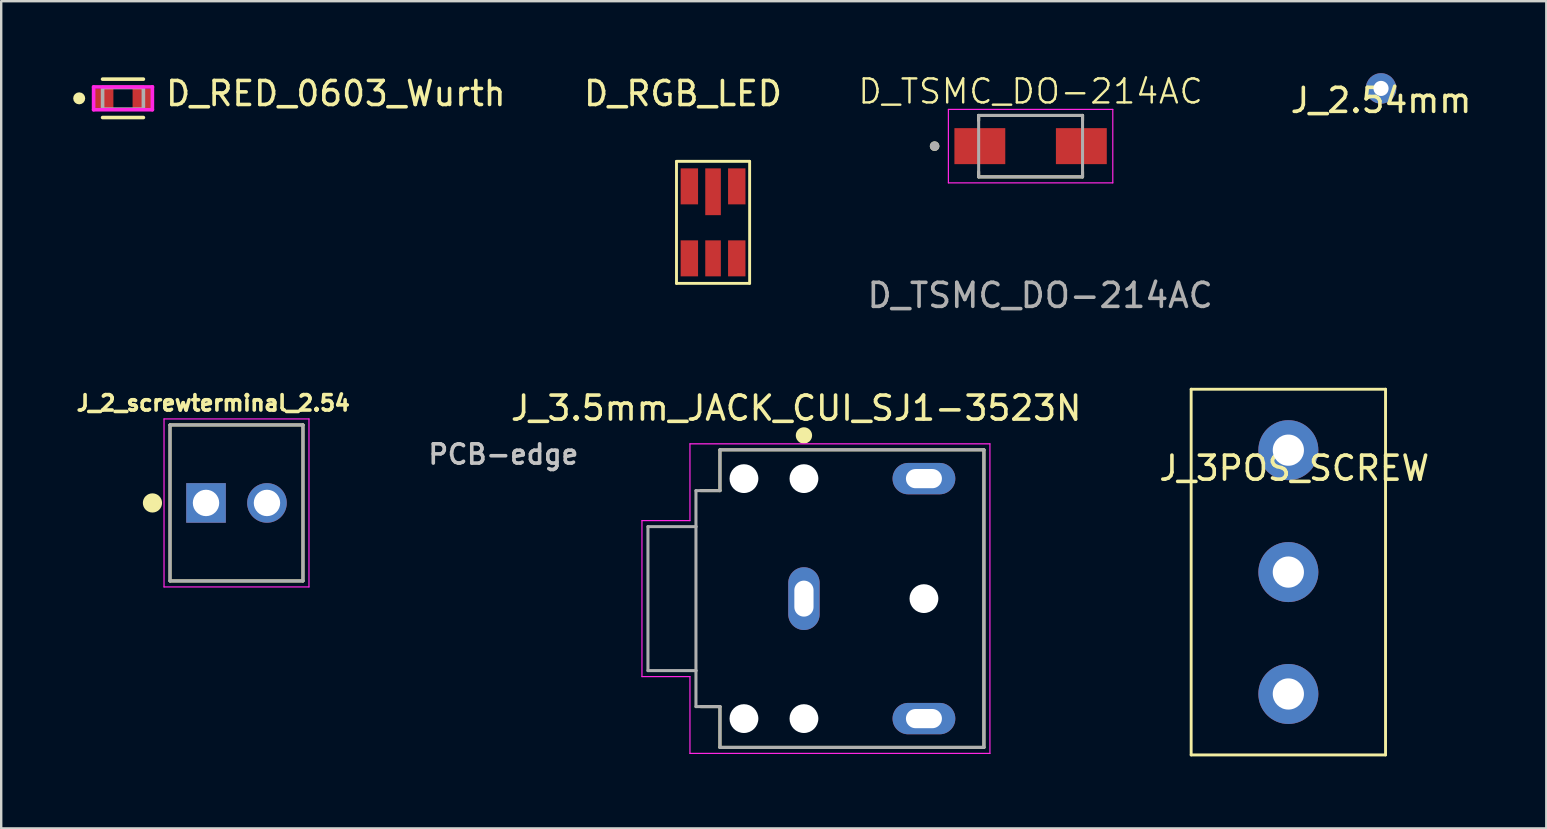
<source format=kicad_pcb>
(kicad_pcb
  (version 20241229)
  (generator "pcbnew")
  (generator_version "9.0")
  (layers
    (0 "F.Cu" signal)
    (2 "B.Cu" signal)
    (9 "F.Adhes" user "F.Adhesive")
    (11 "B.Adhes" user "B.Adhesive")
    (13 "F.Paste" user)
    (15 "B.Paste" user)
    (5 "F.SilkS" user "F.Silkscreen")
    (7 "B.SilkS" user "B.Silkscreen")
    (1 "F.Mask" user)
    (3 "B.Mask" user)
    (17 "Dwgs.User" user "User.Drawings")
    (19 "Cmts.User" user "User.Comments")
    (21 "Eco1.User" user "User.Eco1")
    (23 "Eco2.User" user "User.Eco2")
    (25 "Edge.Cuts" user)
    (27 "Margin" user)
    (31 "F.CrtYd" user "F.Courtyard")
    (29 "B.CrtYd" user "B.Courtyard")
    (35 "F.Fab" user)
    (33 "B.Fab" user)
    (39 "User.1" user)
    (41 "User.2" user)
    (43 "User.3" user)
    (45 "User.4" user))
  (footprint "D_RED_0603_Wurth"
    (layer "F.Cu")
    (at 2.075 1.048)
    (property "Reference" "D_RED_0603_Wurth" (at 1.7 -0.2 0) (layer "F.SilkS") (effects (font (size 1 1) (thickness 0.15)) (justify left)))
    (attr through_hole)
    (fp_line (start -0.85 -0.8) (end 0.85 -0.8) (stroke (width 0.15) (type solid)) (layer "F.SilkS"))
    (fp_line (start -0.85 0.8) (end 0.85 0.8) (stroke (width 0.15) (type solid)) (layer "F.SilkS"))
    (fp_circle (center -1.825 0) (end -1.7 0) (stroke (width 0.25) (type solid)) (fill no) (layer "F.SilkS"))
    (fp_line (start -1.225 -0.475) (end -1.225 0.475) (stroke (width 0.15) (type solid)) (layer "F.CrtYd"))
    (fp_line (start -1.225 0.475) (end 1.225 0.475) (stroke (width 0.15) (type solid)) (layer "F.CrtYd"))
    (fp_line (start 1.225 -0.475) (end -1.225 -0.475) (stroke (width 0.15) (type solid)) (layer "F.CrtYd"))
    (fp_line (start 1.225 -0.475) (end 1.225 -0.475) (stroke (width 0.15) (type solid)) (layer "F.CrtYd"))
    (fp_line (start 1.225 0.475) (end 1.225 -0.475) (stroke (width 0.15) (type solid)) (layer "F.CrtYd"))
    (fp_line (start -0.85 -0.45) (end 0.85 -0.45) (stroke (width 0.15) (type solid)) (layer "F.Fab"))
    (fp_line (start -0.85 0.45) (end -0.85 -0.45) (stroke (width 0.15) (type solid)) (layer "F.Fab"))
    (fp_line (start 0.85 -0.45) (end 0.85 0.45) (stroke (width 0.15) (type solid)) (layer "F.Fab"))
    (fp_line (start 0.85 0.45) (end -0.85 0.45) (stroke (width 0.15) (type solid)) (layer "F.Fab"))
    (pad "1" smd rect (at -0.8 0) (size 0.8 0.8) (layers "F.Cu" "F.Mask" "F.Paste"))
    (pad "2" smd rect (at 0.8 0) (size 0.8 0.8) (layers "F.Cu" "F.Mask" "F.Paste")))
  (footprint "J_2.54mm"
    (layer "F.Cu")
    (at 54.499 0.635)
    (property "Reference" "J_2.54mm" (at 0 0.5 0) (layer "F.SilkS") (effects (font (size 1 1) (thickness 0.15))))
    (attr through_hole)
    (pad "1" thru_hole circle (at 0 0 90) (size 1.27 1.27) (drill 0.63) (layers "*.Cu" "*.Mask")))
  (footprint "J_3.5mm_JACK_CUI_SJ1-3523N"
    (layer "F.Cu")
    (at 30.451 21.895)
    (property "Reference" "J_3.5mm_JACK_CUI_SJ1-3523N" (at -0.325 -7.938 0) (layer "F.SilkS") (effects (font (size 1 1) (thickness 0.15))))
    (attr through_hole)
    (fp_line (start -3.5 -6.2) (end -3.5 -4.5) (stroke (width 0.127) (type solid)) (layer "F.SilkS"))
    (fp_line (start -3.5 -4.5) (end -4.3 -4.5) (stroke (width 0.127) (type solid)) (layer "F.SilkS"))
    (fp_line (start -3.5 4.5) (end -4.3 4.5) (stroke (width 0.127) (type solid)) (layer "F.SilkS"))
    (fp_line (start -3.5 4.5) (end -3.5 6.2) (stroke (width 0.127) (type solid)) (layer "F.SilkS"))
    (fp_line (start 7.5 -6.2) (end -3.5 -6.2) (stroke (width 0.127) (type solid)) (layer "F.SilkS"))
    (fp_line (start 7.5 -6.2) (end 7.5 6.2) (stroke (width 0.127) (type solid)) (layer "F.SilkS"))
    (fp_line (start 7.5 6.2) (end -3.5 6.2) (stroke (width 0.127) (type solid)) (layer "F.SilkS"))
    (fp_circle (center 0 -6.8) (end 0.17 -6.8) (stroke (width 0.34) (type solid)) (fill no) (layer "F.SilkS"))
    (fp_line (start -6.75 -3.25) (end -6.75 3.25) (stroke (width 0.05) (type solid)) (layer "F.CrtYd"))
    (fp_line (start -6.75 3.25) (end -4.75 3.25) (stroke (width 0.05) (type solid)) (layer "F.CrtYd"))
    (fp_line (start -4.75 -6.45) (end -4.75 -3.25) (stroke (width 0.05) (type solid)) (layer "F.CrtYd"))
    (fp_line (start -4.75 -6.45) (end 7.75 -6.45) (stroke (width 0.05) (type solid)) (layer "F.CrtYd"))
    (fp_line (start -4.75 -3.25) (end -6.75 -3.25) (stroke (width 0.05) (type solid)) (layer "F.CrtYd"))
    (fp_line (start -4.75 3.25) (end -4.75 6.45) (stroke (width 0.05) (type solid)) (layer "F.CrtYd"))
    (fp_line (start 7.75 -6.45) (end 7.75 6.45) (stroke (width 0.05) (type solid)) (layer "F.CrtYd"))
    (fp_line (start 7.75 6.45) (end -4.75 6.45) (stroke (width 0.05) (type solid)) (layer "F.CrtYd"))
    (fp_line (start -6.5 -3) (end -6.5 3) (stroke (width 0.127) (type solid)) (layer "F.Fab"))
    (fp_line (start -6.5 3) (end -4.5 3) (stroke (width 0.127) (type solid)) (layer "F.Fab"))
    (fp_line (start -4.5 -4.5) (end -4.5 -3) (stroke (width 0.127) (type solid)) (layer "F.Fab"))
    (fp_line (start -4.5 -3) (end -6.5 -3) (stroke (width 0.127) (type solid)) (layer "F.Fab"))
    (fp_line (start -4.5 -3) (end -4.5 3) (stroke (width 0.127) (type solid)) (layer "F.Fab"))
    (fp_line (start -4.5 3) (end -4.5 4.5) (stroke (width 0.127) (type solid)) (layer "F.Fab"))
    (fp_line (start -4.5 4.5) (end -3.5 4.5) (stroke (width 0.127) (type solid)) (layer "F.Fab"))
    (fp_line (start -3.5 -6.2) (end -3.5 -4.5) (stroke (width 0.127) (type solid)) (layer "F.Fab"))
    (fp_line (start -3.5 -4.5) (end -4.5 -4.5) (stroke (width 0.127) (type solid)) (layer "F.Fab"))
    (fp_line (start -3.5 4.5) (end -3.5 6.2) (stroke (width 0.127) (type solid)) (layer "F.Fab"))
    (fp_line (start 7.5 -6.2) (end -3.5 -6.2) (stroke (width 0.127) (type solid)) (layer "F.Fab"))
    (fp_line (start 7.5 -6.2) (end 7.5 6.2) (stroke (width 0.127) (type solid)) (layer "F.Fab"))
    (fp_line (start 7.5 6.2) (end -3.5 6.2) (stroke (width 0.127) (type solid)) (layer "F.Fab"))
    (fp_text user "PCB-edge" (at -12.524 -6.012 0) (layer "Dwgs.User") (effects (font (size 0.802 0.802) (thickness 0.15))))
    (pad "" np_thru_hole circle (at -2.5 -5) (size 1.2 1.2) (drill 1.2) (layers "*.Cu" "*.Mask"))
    (pad "" np_thru_hole circle (at -2.5 5) (size 1.2 1.2) (drill 1.2) (layers "*.Cu" "*.Mask"))
    (pad "" np_thru_hole circle (at 0 -5) (size 1.2 1.2) (drill 1.2) (layers "*.Cu" "*.Mask"))
    (pad "" np_thru_hole circle (at 0 5) (size 1.2 1.2) (drill 1.2) (layers "*.Cu" "*.Mask"))
    (pad "" np_thru_hole circle (at 5 0) (size 1.2 1.2) (drill 1.2) (layers "*.Cu" "*.Mask"))
    (pad "1" thru_hole oval (at 0 0) (size 1.308 2.616) (drill oval 0.8 1.5) (layers "*.Cu" "*.Mask"))
    (pad "2" thru_hole oval (at 5 5) (size 2.616 1.308) (drill oval 1.5 0.8) (layers "*.Cu" "*.Mask"))
    (pad "3" thru_hole oval (at 5 -5) (size 2.616 1.308) (drill oval 1.5 0.8) (layers "*.Cu" "*.Mask")))
  (footprint "J_2_screwterminal_2.54"
    (layer "F.Cu")
    (at 6.805 17.908)
    (property "Reference" "J_2_screwterminal_2.54" (at -0.969 -4.161 0) (layer "F.SilkS") (effects (font (size 0.641 0.641) (thickness 0.15))))
    (attr through_hole)
    (fp_line (start -2.77 -3.25) (end 2.77 -3.25) (stroke (width 0.127) (type solid)) (layer "F.SilkS"))
    (fp_line (start -2.77 3.25) (end -2.77 -3.25) (stroke (width 0.127) (type solid)) (layer "F.SilkS"))
    (fp_line (start 2.77 -3.25) (end 2.77 3.25) (stroke (width 0.127) (type solid)) (layer "F.SilkS"))
    (fp_line (start 2.77 3.25) (end -2.77 3.25) (stroke (width 0.127) (type solid)) (layer "F.SilkS"))
    (fp_circle (center -3.502 0) (end -3.302 0) (stroke (width 0.4) (type solid)) (fill no) (layer "F.SilkS"))
    (fp_line (start -3.02 -3.5) (end 3.02 -3.5) (stroke (width 0.05) (type solid)) (layer "F.CrtYd"))
    (fp_line (start -3.02 3.5) (end -3.02 -3.5) (stroke (width 0.05) (type solid)) (layer "F.CrtYd"))
    (fp_line (start 3.02 -3.5) (end 3.02 3.5) (stroke (width 0.05) (type solid)) (layer "F.CrtYd"))
    (fp_line (start 3.02 3.5) (end -3.02 3.5) (stroke (width 0.05) (type solid)) (layer "F.CrtYd"))
    (fp_line (start -2.77 -3.25) (end 2.77 -3.25) (stroke (width 0.127) (type solid)) (layer "F.Fab"))
    (fp_line (start -2.77 3.25) (end -2.77 -3.25) (stroke (width 0.127) (type solid)) (layer "F.Fab"))
    (fp_line (start 2.77 -3.25) (end 2.77 3.25) (stroke (width 0.127) (type solid)) (layer "F.Fab"))
    (fp_line (start 2.77 3.25) (end -2.77 3.25) (stroke (width 0.127) (type solid)) (layer "F.Fab"))
    (pad "1" thru_hole rect (at -1.27 0) (size 1.65 1.65) (drill 1.1) (layers "*.Cu" "*.Mask"))
    (pad "2" thru_hole circle (at 1.27 0) (size 1.65 1.65) (drill 1.1) (layers "*.Cu" "*.Mask")))
  (footprint "J_3POS_SCREW"
    (layer "F.Cu")
    (at 50.637 20.789)
    (property "Reference" "J_3POS_SCREW" (at 0.244 -4.329 0) (layer "F.SilkS") (effects (font (size 1 1) (thickness 0.15))))
    (attr through_hole)
    (fp_line (start -4.05 -7.62) (end 4.05 -7.62) (stroke (width 0.12) (type solid)) (layer "F.SilkS"))
    (fp_line (start -4.05 7.62) (end -4.05 -7.62) (stroke (width 0.12) (type solid)) (layer "F.SilkS"))
    (fp_line (start 4.05 -7.62) (end 4.05 7.62) (stroke (width 0.12) (type solid)) (layer "F.SilkS"))
    (fp_line (start 4.05 7.62) (end -4.05 7.62) (stroke (width 0.12) (type solid)) (layer "F.SilkS"))
    (pad "1" thru_hole circle (at 0 -5.08 180) (size 2.5 2.5) (drill 1.3) (layers "*.Cu" "*.Mask"))
    (pad "2" thru_hole circle (at 0 0 90) (size 2.5 2.5) (drill 1.3) (layers "*.Cu" "*.Mask"))
    (pad "3" thru_hole circle (at 0 5.08) (size 2.5 2.5) (drill 1.3) (layers "*.Cu" "*.Mask")))
  (footprint "D_RGB_LED"
    (layer "F.Cu")
    (at 26.664 6.216)
    (property "Reference" "D_RGB_LED" (at -1.252 -5.367 0) (layer "F.SilkS") (effects (font (size 1 1) (thickness 0.15))))
    (attr through_hole)
    (fp_line (start -1.524 -2.543) (end 1.524 -2.543) (stroke (width 0.12) (type solid)) (layer "F.SilkS"))
    (fp_line (start -1.524 2.543) (end -1.524 -2.54) (stroke (width 0.12) (type solid)) (layer "F.SilkS"))
    (fp_line (start 1.524 -2.543) (end 1.524 2.54) (stroke (width 0.12) (type solid)) (layer "F.SilkS"))
    (fp_line (start 1.524 2.543) (end -1.524 2.543) (stroke (width 0.12) (type solid)) (layer "F.SilkS"))
    (pad "1" smd rect (at -0.988 1.5) (size 0.725 1.5) (layers "F.Cu" "F.Mask" "F.Paste"))
    (pad "2" smd rect (at 0 1.5) (size 0.65 1.5) (layers "F.Cu" "F.Mask" "F.Paste"))
    (pad "3" smd rect (at 0.988 1.5) (size 0.725 1.5) (layers "F.Cu" "F.Mask" "F.Paste"))
    (pad "4" smd rect (at 0.988 -1.5 180) (size 0.725 1.5) (layers "F.Cu" "F.Mask" "F.Paste"))
    (pad "5" smd rect (at 0 -1.275 180) (size 0.65 1.95) (layers "F.Cu" "F.Mask" "F.Paste"))
    (pad "6" smd rect (at -0.988 -1.5 180) (size 0.725 1.5) (layers "F.Cu" "F.Mask" "F.Paste")))
  (footprint "D_TSMC_DO-214AC"
    (layer "F.Cu")
    (at 39.896 3.16)
    (property "Reference" "D_TSMC_DO-214AC" (at 0 -2.4 0) (unlocked yes) (layer "F.SilkS") (effects (font (size 1 1) (thickness 0.1))))
    (attr smd)
    (fp_line (start -2.165 -1.4) (end -2.165 -1.19) (stroke (width 0.127) (type solid)) (layer "F.SilkS"))
    (fp_line (start -2.165 1.16) (end -2.165 0.95) (stroke (width 0.127) (type solid)) (layer "F.SilkS"))
    (fp_line (start -2.165 1.16) (end 2.165 1.16) (stroke (width 0.127) (type solid)) (layer "F.SilkS"))
    (fp_line (start 2.165 -1.4) (end -2.165 -1.4) (stroke (width 0.127) (type solid)) (layer "F.SilkS"))
    (fp_line (start 2.165 -1.19) (end 2.165 -1.4) (stroke (width 0.127) (type solid)) (layer "F.SilkS"))
    (fp_line (start 2.165 1.16) (end 2.165 0.95) (stroke (width 0.127) (type solid)) (layer "F.SilkS"))
    (fp_circle (center -4 -0.12) (end -3.9 -0.12) (stroke (width 0.2) (type solid)) (fill no) (layer "F.SilkS"))
    (fp_line (start -3.425 -1.65) (end -3.425 1.41) (stroke (width 0.05) (type solid)) (layer "F.CrtYd"))
    (fp_line (start -3.425 1.41) (end 3.425 1.41) (stroke (width 0.05) (type solid)) (layer "F.CrtYd"))
    (fp_line (start 3.425 -1.65) (end -3.425 -1.65) (stroke (width 0.05) (type solid)) (layer "F.CrtYd"))
    (fp_line (start 3.425 1.41) (end 3.425 -1.65) (stroke (width 0.05) (type solid)) (layer "F.CrtYd"))
    (fp_line (start -2.165 -1.4) (end -2.165 1.16) (stroke (width 0.127) (type solid)) (layer "F.Fab"))
    (fp_line (start -2.165 1.16) (end 2.165 1.16) (stroke (width 0.127) (type solid)) (layer "F.Fab"))
    (fp_line (start 2.165 -1.4) (end -2.165 -1.4) (stroke (width 0.127) (type solid)) (layer "F.Fab"))
    (fp_line (start 2.165 1.16) (end 2.165 -1.4) (stroke (width 0.127) (type solid)) (layer "F.Fab"))
    (fp_circle (center -4 -0.12) (end -3.9 -0.12) (stroke (width 0.2) (type solid)) (fill no) (layer "F.Fab"))
    (fp_text user "${REFERENCE}" (at 0.4 6.1 0) (unlocked yes) (layer "F.Fab") (effects (font (size 1 1) (thickness 0.15))))
    (pad "1" smd rect (at -2.115 -0.12) (size 2.12 1.5) (layers "F.Cu" "F.Mask" "F.Paste"))
    (pad "2" smd rect (at 2.115 -0.12) (size 2.12 1.5) (layers "F.Cu" "F.Mask" "F.Paste")))
  (gr_rect
    (start -3 -3)
    (end 61.386 31.469)
    (stroke (width 0.1) (type default))
    (fill no)
    (layer "Edge.Cuts")))
</source>
